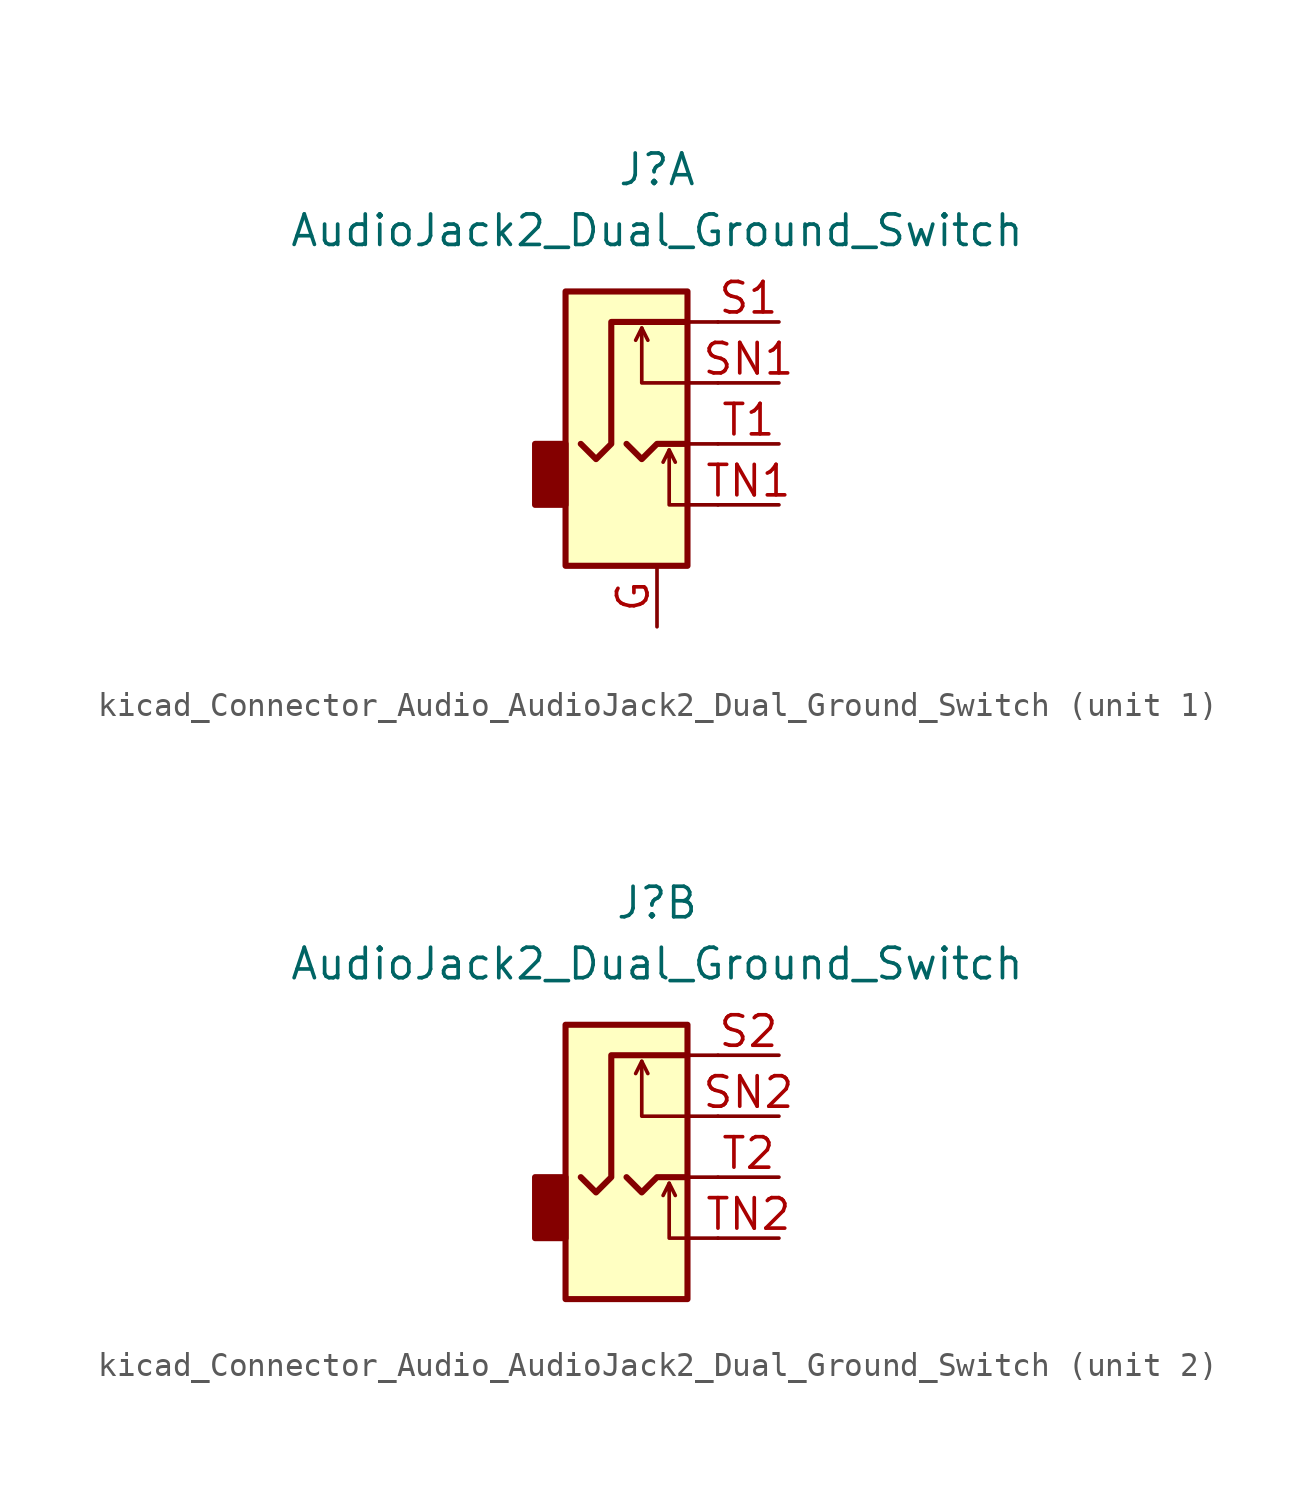
<source format=kicad_sym>
(kicad_symbol_lib
  (version 20220914)
  (generator kicad_symbol_editor)
  (symbol "kicad_Connector_Audio_AudioJack2_Dual_Ground_Switch"
    (property "Reference" "J"
      (at 0 11.43 0)
      (effects (font (size 1.27 1.27))))
    (property "Value" "AudioJack2_Dual_Ground_Switch"
      (at 0 8.89 0)
      (effects (font (size 1.27 1.27))))
    (symbol "kicad_Connector_Audio_AudioJack2_Dual_Ground_Switch_0_1"
      (rectangle (start -5.08 0) (end -3.81 -2.54) (stroke (width 0.254) (type default)) (fill (type outline)))
      (polyline (pts (xy -0.635 4.826) (xy -0.381 4.318)) (stroke (width 0) (type default)) (fill (type none)))
      (polyline (pts (xy 0.508 -0.254) (xy 0.762 -0.762)) (stroke (width 0) (type default)) (fill (type none)))
      (polyline (pts (xy 1.27 -2.54) (xy 2.54 -2.54)) (stroke (width 0) (type default)) (fill (type none)))
      (polyline (pts (xy 1.27 2.54) (xy 2.54 2.54)) (stroke (width 0) (type default)) (fill (type none)))
      (polyline (pts (xy 2.54 0) (xy 1.27 0)) (stroke (width 0) (type default)) (fill (type none)))
      (polyline (pts (xy 2.54 5.08) (xy 1.27 5.08)) (stroke (width 0) (type default)) (fill (type none)))
      (polyline (pts (xy -1.27 0) (xy -0.635 -0.635) (xy 0 0) (xy 1.27 0)) (stroke (width 0.254) (type default)) (fill (type none)))
      (polyline (pts (xy 1.27 -2.54) (xy 0.508 -2.54) (xy 0.508 -0.254) (xy 0.254 -0.762)) (stroke (width 0) (type default)) (fill (type none)))
      (polyline (pts (xy 1.27 2.54) (xy -0.635 2.54) (xy -0.635 4.826) (xy -0.889 4.318)) (stroke (width 0) (type default)) (fill (type none)))
      (polyline (pts (xy 1.27 5.08) (xy -1.905 5.08) (xy -1.905 0) (xy -2.54 -0.635) (xy -3.175 0)) (stroke (width 0.254) (type default)) (fill (type none)))
      (rectangle (start 1.27 6.35) (end -3.81 -5.08) (stroke (width 0.254) (type default)) (fill (type background))))
    (symbol "kicad_Connector_Audio_AudioJack2_Dual_Ground_Switch_1_1"
      (pin passive line (at 0 -7.62 90) (length 2.54) (name "~" (effects (font (size 1.27 1.27)))) (number "G" (effects (font (size 1.27 1.27)))))
      (pin passive line (at 5.08 5.08 180) (length 2.54) (name "~" (effects (font (size 1.27 1.27)))) (number "S1" (effects (font (size 1.27 1.27)))))
      (pin passive line (at 5.08 2.54 180) (length 2.54) (name "~" (effects (font (size 1.27 1.27)))) (number "SN1" (effects (font (size 1.27 1.27)))))
      (pin passive line (at 5.08 0 180) (length 2.54) (name "~" (effects (font (size 1.27 1.27)))) (number "T1" (effects (font (size 1.27 1.27)))))
      (pin passive line (at 5.08 -2.54 180) (length 2.54) (name "~" (effects (font (size 1.27 1.27)))) (number "TN1" (effects (font (size 1.27 1.27))))))
    (symbol "kicad_Connector_Audio_AudioJack2_Dual_Ground_Switch_2_1"
      (pin passive line (at 5.08 5.08 180) (length 2.54) (name "~" (effects (font (size 1.27 1.27)))) (number "S2" (effects (font (size 1.27 1.27)))))
      (pin passive line (at 5.08 2.54 180) (length 2.54) (name "~" (effects (font (size 1.27 1.27)))) (number "SN2" (effects (font (size 1.27 1.27)))))
      (pin passive line (at 5.08 0 180) (length 2.54) (name "~" (effects (font (size 1.27 1.27)))) (number "T2" (effects (font (size 1.27 1.27)))))
      (pin passive line (at 5.08 -2.54 180) (length 2.54) (name "~" (effects (font (size 1.27 1.27)))) (number "TN2" (effects (font (size 1.27 1.27))))))))
</source>
